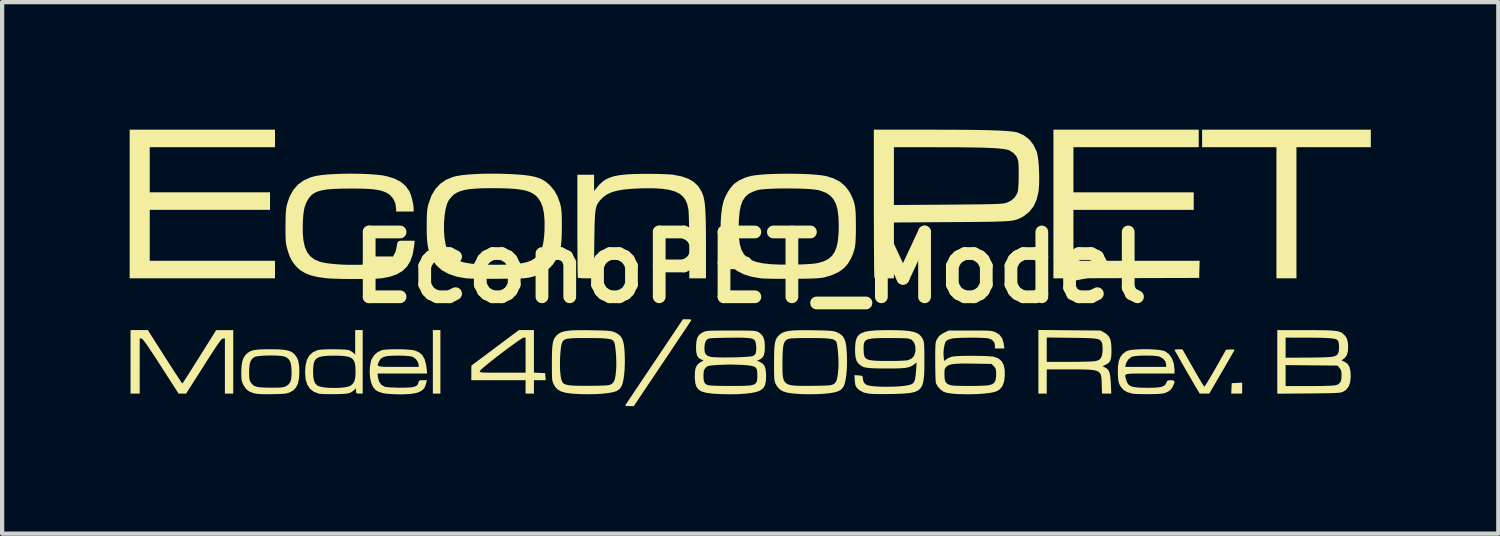
<source format=kicad_pcb>
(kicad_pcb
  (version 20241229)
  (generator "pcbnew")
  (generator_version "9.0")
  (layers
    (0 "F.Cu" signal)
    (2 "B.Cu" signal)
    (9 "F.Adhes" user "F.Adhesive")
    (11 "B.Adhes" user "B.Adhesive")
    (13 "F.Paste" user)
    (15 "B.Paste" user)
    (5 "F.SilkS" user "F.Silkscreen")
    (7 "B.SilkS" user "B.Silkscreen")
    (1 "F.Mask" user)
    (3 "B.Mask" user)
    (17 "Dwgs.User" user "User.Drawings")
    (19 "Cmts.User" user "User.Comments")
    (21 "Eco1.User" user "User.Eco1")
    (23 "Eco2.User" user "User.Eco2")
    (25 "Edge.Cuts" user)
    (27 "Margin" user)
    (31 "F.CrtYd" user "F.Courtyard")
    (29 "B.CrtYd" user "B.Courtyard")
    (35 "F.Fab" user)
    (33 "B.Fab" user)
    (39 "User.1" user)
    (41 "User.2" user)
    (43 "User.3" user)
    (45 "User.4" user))
  (footprint "EconoPET_Model"
    (layer "F.Cu")
    (at 14.596 3.241)
    (property "Reference" "EconoPET_Model" (at 0 0 0) (layer "F.SilkS") (effects (font (size 1.524 1.524) (thickness 0.3))))
    (attr board_only exclude_from_pos_files exclude_from_bom)
    (fp_poly (pts (xy -7.288 2.966) (xy -7.465 2.966) (xy -7.465 1.473) (xy -7.288 1.473)) (stroke (width 0) (type solid)) (fill yes) (layer "F.SilkS"))
    (fp_poly (pts (xy 11.57 2.966) (xy 11.313 2.966) (xy 11.319 2.844) (xy 11.325 2.721) (xy 11.448 2.715) (xy 11.57 2.709)) (stroke (width 0) (type solid)) (fill yes) (layer "F.SilkS"))
    (fp_poly (pts (xy 14.596 -2.829) (xy 12.847 -2.829) (xy 12.847 0.255) (xy 12.376 0.255) (xy 12.376 -2.829) (xy 10.628 -2.829) (xy 10.628 -3.241) (xy 14.596 -3.241)) (stroke (width 0) (type solid)) (fill yes) (layer "F.SilkS"))
    (fp_poly (pts (xy -11.178 -2.829) (xy -14.124 -2.829) (xy -14.124 -1.768) (xy -11.295 -1.768) (xy -11.295 -1.355) (xy -14.124 -1.355) (xy -14.124 -0.157) (xy -11.178 -0.157) (xy -11.178 0.255) (xy -14.596 0.255) (xy -14.596 -3.241) (xy -11.178 -3.241)) (stroke (width 0) (type solid)) (fill yes) (layer "F.SilkS"))
    (fp_poly (pts (xy 10.549 -2.829) (xy 7.602 -2.829) (xy 7.602 -1.768) (xy 10.431 -1.768) (xy 10.431 -1.355) (xy 7.602 -1.355) (xy 7.602 -0.157) (xy 10.57 -0.157) (xy 10.564 0.044) (xy 10.559 0.246) (xy 7.131 0.256) (xy 7.131 -3.241) (xy 10.549 -3.241)) (stroke (width 0) (type solid)) (fill yes) (layer "F.SilkS"))
    (fp_poly (pts (xy -1.417 1.22) (xy -1.389 1.227) (xy -1.387 1.242) (xy -1.389 1.245) (xy -1.402 1.266) (xy -1.436 1.316) (xy -1.487 1.394) (xy -1.555 1.495) (xy -1.637 1.617) (xy -1.731 1.757) (xy -1.835 1.913) (xy -1.947 2.081) (xy -2.066 2.258) (xy -2.072 2.266) (xy -2.739 3.261) (xy -2.844 3.261) (xy -2.906 3.259) (xy -2.934 3.25) (xy -2.934 3.236) (xy -2.921 3.216) (xy -2.888 3.166) (xy -2.837 3.089) (xy -2.769 2.988) (xy -2.688 2.866) (xy -2.594 2.726) (xy -2.49 2.571) (xy -2.377 2.403) (xy -2.259 2.226) (xy -2.251 2.215) (xy -1.583 1.218) (xy -1.478 1.218)) (stroke (width 0) (type solid)) (fill yes) (layer "F.SilkS"))
    (fp_poly (pts (xy -5.088 2.473) (xy -4.955 2.479) (xy -4.823 2.485) (xy -4.817 2.568) (xy -4.811 2.652) (xy -5.088 2.652) (xy -5.088 2.966) (xy -5.284 2.966) (xy -5.284 2.652) (xy -6.561 2.652) (xy -6.56 2.448) (xy -6.362 2.448) (xy -6.356 2.457) (xy -6.34 2.464) (xy -6.31 2.468) (xy -6.261 2.472) (xy -6.189 2.474) (xy -6.089 2.475) (xy -5.958 2.475) (xy -5.826 2.475) (xy -5.284 2.475) (xy -5.284 1.65) (xy -5.328 1.65) (xy -5.356 1.662) (xy -5.409 1.695) (xy -5.484 1.745) (xy -5.574 1.81) (xy -5.676 1.884) (xy -5.786 1.966) (xy -5.897 2.05) (xy -6.007 2.135) (xy -6.109 2.216) (xy -6.2 2.289) (xy -6.275 2.352) (xy -6.329 2.4) (xy -6.358 2.431) (xy -6.361 2.437) (xy -6.362 2.448) (xy -6.56 2.448) (xy -6.559 2.308) (xy -6.001 1.891) (xy -5.442 1.473) (xy -5.088 1.473)) (stroke (width 0) (type solid)) (fill yes) (layer "F.SilkS"))
    (fp_poly (pts (xy 10.166 1.925) (xy 10.414 2.361) (xy 10.482 2.48) (xy 10.544 2.587) (xy 10.597 2.677) (xy 10.64 2.746) (xy 10.668 2.789) (xy 10.679 2.803) (xy 10.693 2.788) (xy 10.723 2.743) (xy 10.767 2.673) (xy 10.822 2.582) (xy 10.885 2.474) (xy 10.944 2.371) (xy 11.191 1.935) (xy 11.295 1.929) (xy 11.351 1.929) (xy 11.385 1.934) (xy 11.391 1.94) (xy 11.379 1.961) (xy 11.351 2.011) (xy 11.308 2.087) (xy 11.252 2.183) (xy 11.187 2.296) (xy 11.114 2.421) (xy 11.09 2.462) (xy 10.797 2.966) (xy 10.571 2.966) (xy 10.504 2.853) (xy 10.46 2.78) (xy 10.407 2.689) (xy 10.347 2.585) (xy 10.283 2.474) (xy 10.218 2.362) (xy 10.155 2.252) (xy 10.098 2.151) (xy 10.049 2.063) (xy 10.01 1.995) (xy 9.986 1.951) (xy 9.979 1.936) (xy 9.997 1.93) (xy 10.042 1.926) (xy 10.073 1.925)) (stroke (width 0) (type solid)) (fill yes) (layer "F.SilkS"))
    (fp_poly (pts (xy -13.769 2.101) (xy -13.679 2.242) (xy -13.595 2.372) (xy -13.521 2.487) (xy -13.457 2.584) (xy -13.408 2.659) (xy -13.374 2.709) (xy -13.359 2.729) (xy -13.358 2.73) (xy -13.346 2.714) (xy -13.315 2.668) (xy -13.268 2.596) (xy -13.208 2.502) (xy -13.136 2.389) (xy -13.055 2.26) (xy -12.967 2.121) (xy -12.955 2.102) (xy -12.562 1.474) (xy -12.361 1.474) (xy -12.16 1.473) (xy -12.16 2.966) (xy -12.356 2.966) (xy -12.356 1.67) (xy -12.4 1.67) (xy -12.415 1.675) (xy -12.435 1.692) (xy -12.463 1.724) (xy -12.5 1.773) (xy -12.548 1.842) (xy -12.61 1.935) (xy -12.686 2.053) (xy -12.781 2.2) (xy -12.856 2.319) (xy -13.268 2.966) (xy -13.357 2.966) (xy -13.446 2.966) (xy -13.86 2.323) (xy -13.972 2.149) (xy -14.066 2.007) (xy -14.142 1.893) (xy -14.202 1.805) (xy -14.248 1.742) (xy -14.282 1.701) (xy -14.306 1.678) (xy -14.317 1.673) (xy -14.36 1.667) (xy -14.36 2.966) (xy -14.576 2.966) (xy -14.576 1.473) (xy -14.169 1.473)) (stroke (width 0) (type solid)) (fill yes) (layer "F.SilkS"))
    (fp_poly (pts (xy 7.509 1.477) (xy 8.241 1.483) (xy 8.328 1.532) (xy 8.395 1.579) (xy 8.443 1.634) (xy 8.474 1.706) (xy 8.49 1.801) (xy 8.496 1.926) (xy 8.496 1.946) (xy 8.494 2.06) (xy 8.484 2.142) (xy 8.464 2.201) (xy 8.431 2.243) (xy 8.381 2.276) (xy 8.358 2.288) (xy 8.285 2.322) (xy 8.347 2.353) (xy 8.394 2.382) (xy 8.428 2.423) (xy 8.452 2.481) (xy 8.468 2.564) (xy 8.478 2.676) (xy 8.481 2.733) (xy 8.492 2.966) (xy 8.274 2.966) (xy 8.267 2.741) (xy 8.264 2.654) (xy 8.258 2.583) (xy 8.246 2.526) (xy 8.224 2.483) (xy 8.188 2.45) (xy 8.134 2.427) (xy 8.059 2.412) (xy 7.959 2.403) (xy 7.83 2.399) (xy 7.669 2.397) (xy 7.499 2.397) (xy 6.974 2.397) (xy 6.974 2.966) (xy 6.777 2.966) (xy 6.777 1.647) (xy 6.974 1.647) (xy 6.974 2.22) (xy 7.519 2.22) (xy 7.667 2.219) (xy 7.805 2.217) (xy 7.926 2.214) (xy 8.026 2.21) (xy 8.097 2.205) (xy 8.135 2.2) (xy 8.203 2.173) (xy 8.248 2.131) (xy 8.274 2.066) (xy 8.286 1.972) (xy 8.287 1.963) (xy 8.287 1.878) (xy 8.281 1.807) (xy 8.271 1.77) (xy 8.257 1.741) (xy 8.24 1.718) (xy 8.214 1.699) (xy 8.177 1.685) (xy 8.123 1.675) (xy 8.049 1.667) (xy 7.951 1.662) (xy 7.824 1.658) (xy 7.664 1.656) (xy 7.558 1.654) (xy 6.974 1.647) (xy 6.777 1.647) (xy 6.777 1.47)) (stroke (width 0) (type solid)) (fill yes) (layer "F.SilkS"))
    (fp_poly (pts (xy -9.115 2.966) (xy -9.194 2.966) (xy -9.244 2.964) (xy -9.266 2.951) (xy -9.272 2.919) (xy -9.272 2.904) (xy -9.272 2.842) (xy -9.316 2.882) (xy -9.356 2.915) (xy -9.395 2.94) (xy -9.441 2.957) (xy -9.501 2.968) (xy -9.582 2.974) (xy -9.69 2.978) (xy -9.773 2.979) (xy -9.885 2.98) (xy -9.987 2.979) (xy -10.071 2.976) (xy -10.129 2.971) (xy -10.146 2.969) (xy -10.265 2.923) (xy -10.355 2.853) (xy -10.419 2.757) (xy -10.457 2.634) (xy -10.47 2.48) (xy -10.47 2.467) (xy -10.468 2.436) (xy -10.282 2.436) (xy -10.278 2.566) (xy -10.26 2.663) (xy -10.229 2.731) (xy -10.181 2.777) (xy -10.169 2.784) (xy -10.104 2.806) (xy -10.013 2.822) (xy -9.904 2.831) (xy -9.786 2.834) (xy -9.668 2.831) (xy -9.56 2.822) (xy -9.47 2.806) (xy -9.407 2.784) (xy -9.395 2.777) (xy -9.344 2.731) (xy -9.311 2.674) (xy -9.292 2.6) (xy -9.284 2.5) (xy -9.283 2.446) (xy -9.288 2.331) (xy -9.302 2.242) (xy -9.331 2.176) (xy -9.379 2.13) (xy -9.451 2.1) (xy -9.549 2.083) (xy -9.68 2.075) (xy -9.783 2.074) (xy -9.936 2.077) (xy -10.055 2.088) (xy -10.143 2.109) (xy -10.206 2.145) (xy -10.247 2.198) (xy -10.27 2.271) (xy -10.28 2.368) (xy -10.282 2.436) (xy -10.468 2.436) (xy -10.46 2.305) (xy -10.428 2.175) (xy -10.372 2.073) (xy -10.292 1.998) (xy -10.187 1.948) (xy -10.17 1.943) (xy -10.121 1.935) (xy -10.044 1.929) (xy -9.946 1.925) (xy -9.837 1.924) (xy -9.726 1.925) (xy -9.622 1.927) (xy -9.532 1.932) (xy -9.466 1.939) (xy -9.439 1.945) (xy -9.38 1.975) (xy -9.336 2.008) (xy -9.292 2.05) (xy -9.292 1.473) (xy -9.115 1.473)) (stroke (width 0) (type solid)) (fill yes) (layer "F.SilkS"))
    (fp_poly (pts (xy -2.294 -2.201) (xy -2.155 -2.199) (xy -2.028 -2.195) (xy -1.92 -2.19) (xy -1.84 -2.184) (xy -1.817 -2.182) (xy -1.621 -2.144) (xy -1.458 -2.088) (xy -1.326 -2.01) (xy -1.223 -1.911) (xy -1.146 -1.788) (xy -1.11 -1.699) (xy -1.094 -1.642) (xy -1.08 -1.576) (xy -1.069 -1.497) (xy -1.06 -1.403) (xy -1.053 -1.288) (xy -1.048 -1.15) (xy -1.044 -0.984) (xy -1.042 -0.787) (xy -1.042 -0.556) (xy -1.041 -0.506) (xy -1.041 0.255) (xy -1.434 0.255) (xy -1.434 -0.486) (xy -1.435 -0.659) (xy -1.437 -0.825) (xy -1.439 -0.979) (xy -1.442 -1.115) (xy -1.446 -1.227) (xy -1.45 -1.311) (xy -1.454 -1.361) (xy -1.48 -1.483) (xy -1.522 -1.585) (xy -1.583 -1.669) (xy -1.665 -1.737) (xy -1.771 -1.788) (xy -1.904 -1.826) (xy -2.065 -1.85) (xy -2.259 -1.862) (xy -2.487 -1.863) (xy -2.593 -1.86) (xy -2.807 -1.849) (xy -2.986 -1.831) (xy -3.136 -1.805) (xy -3.259 -1.769) (xy -3.362 -1.723) (xy -3.447 -1.664) (xy -3.516 -1.597) (xy -3.549 -1.558) (xy -3.577 -1.521) (xy -3.6 -1.481) (xy -3.618 -1.435) (xy -3.632 -1.38) (xy -3.643 -1.31) (xy -3.651 -1.222) (xy -3.657 -1.112) (xy -3.662 -0.976) (xy -3.665 -0.811) (xy -3.668 -0.612) (xy -3.669 -0.525) (xy -3.678 0.255) (xy -3.859 0.255) (xy -3.94 0.254) (xy -4.005 0.25) (xy -4.045 0.245) (xy -4.053 0.242) (xy -4.056 0.221) (xy -4.058 0.163) (xy -4.06 0.074) (xy -4.062 -0.045) (xy -4.063 -0.19) (xy -4.064 -0.357) (xy -4.065 -0.542) (xy -4.066 -0.743) (xy -4.066 -0.956) (xy -4.066 -0.976) (xy -4.066 -2.181) (xy -3.673 -2.181) (xy -3.673 -1.989) (xy -3.672 -1.797) (xy -3.619 -1.866) (xy -3.549 -1.948) (xy -3.476 -2.017) (xy -3.395 -2.072) (xy -3.302 -2.115) (xy -3.192 -2.149) (xy -3.062 -2.173) (xy -2.906 -2.189) (xy -2.722 -2.198) (xy -2.504 -2.202) (xy -2.436 -2.202)) (stroke (width 0) (type solid)) (fill yes) (layer "F.SilkS"))
    (fp_poly (pts (xy -8.15 1.926) (xy -8.039 1.933) (xy -7.947 1.942) (xy -7.886 1.954) (xy -7.787 1.998) (xy -7.711 2.065) (xy -7.658 2.159) (xy -7.624 2.284) (xy -7.613 2.362) (xy -7.599 2.495) (xy -8.766 2.495) (xy -8.756 2.585) (xy -8.729 2.686) (xy -8.676 2.76) (xy -8.602 2.803) (xy -8.555 2.813) (xy -8.475 2.82) (xy -8.371 2.825) (xy -8.25 2.828) (xy -8.245 2.828) (xy -8.102 2.826) (xy -7.994 2.821) (xy -7.915 2.809) (xy -7.862 2.79) (xy -7.828 2.763) (xy -7.809 2.726) (xy -7.806 2.712) (xy -7.796 2.676) (xy -7.776 2.658) (xy -7.736 2.652) (xy -7.7 2.652) (xy -7.606 2.652) (xy -7.625 2.735) (xy -7.653 2.814) (xy -7.7 2.876) (xy -7.771 2.922) (xy -7.867 2.955) (xy -7.993 2.975) (xy -8.153 2.984) (xy -8.25 2.984) (xy -8.36 2.982) (xy -8.466 2.976) (xy -8.558 2.969) (xy -8.622 2.96) (xy -8.626 2.959) (xy -8.73 2.929) (xy -8.805 2.887) (xy -8.862 2.826) (xy -8.875 2.805) (xy -8.915 2.712) (xy -8.941 2.595) (xy -8.951 2.464) (xy -8.945 2.333) (xy -8.939 2.3) (xy -8.761 2.3) (xy -8.747 2.316) (xy -8.714 2.327) (xy -8.659 2.334) (xy -8.577 2.337) (xy -8.464 2.338) (xy -8.317 2.338) (xy -8.28 2.338) (xy -7.799 2.338) (xy -7.799 2.293) (xy -7.817 2.223) (xy -7.863 2.157) (xy -7.928 2.108) (xy -7.949 2.099) (xy -8.013 2.086) (xy -8.112 2.077) (xy -8.244 2.073) (xy -8.29 2.073) (xy -8.427 2.076) (xy -8.53 2.083) (xy -8.606 2.099) (xy -8.66 2.123) (xy -8.699 2.157) (xy -8.728 2.205) (xy -8.728 2.206) (xy -8.748 2.246) (xy -8.76 2.277) (xy -8.761 2.3) (xy -8.939 2.3) (xy -8.924 2.213) (xy -8.906 2.16) (xy -8.851 2.07) (xy -8.769 1.995) (xy -8.673 1.948) (xy -8.663 1.945) (xy -8.599 1.934) (xy -8.506 1.927) (xy -8.394 1.924) (xy -8.272 1.923)) (stroke (width 0) (type solid)) (fill yes) (layer "F.SilkS"))
    (fp_poly (pts (xy -11.111 1.926) (xy -10.988 1.934) (xy -10.893 1.949) (xy -10.819 1.972) (xy -10.761 2.005) (xy -10.714 2.047) (xy -10.709 2.053) (xy -10.662 2.119) (xy -10.63 2.198) (xy -10.612 2.298) (xy -10.605 2.426) (xy -10.605 2.458) (xy -10.613 2.609) (xy -10.637 2.728) (xy -10.681 2.819) (xy -10.745 2.888) (xy -10.822 2.934) (xy -10.861 2.949) (xy -10.903 2.961) (xy -10.955 2.969) (xy -11.025 2.974) (xy -11.12 2.978) (xy -11.246 2.98) (xy -11.402 2.981) (xy -11.522 2.978) (xy -11.612 2.971) (xy -11.674 2.959) (xy -11.675 2.959) (xy -11.777 2.92) (xy -11.851 2.866) (xy -11.909 2.786) (xy -11.923 2.759) (xy -11.946 2.71) (xy -11.96 2.662) (xy -11.968 2.605) (xy -11.971 2.528) (xy -11.971 2.461) (xy -11.787 2.461) (xy -11.785 2.552) (xy -11.78 2.615) (xy -11.77 2.66) (xy -11.752 2.697) (xy -11.742 2.713) (xy -11.709 2.753) (xy -11.669 2.783) (xy -11.615 2.804) (xy -11.541 2.817) (xy -11.442 2.824) (xy -11.311 2.827) (xy -11.276 2.828) (xy -11.157 2.827) (xy -11.069 2.825) (xy -11.007 2.819) (xy -10.961 2.81) (xy -10.925 2.796) (xy -10.922 2.794) (xy -10.863 2.755) (xy -10.822 2.701) (xy -10.798 2.627) (xy -10.788 2.526) (xy -10.789 2.432) (xy -10.796 2.318) (xy -10.813 2.235) (xy -10.842 2.175) (xy -10.887 2.13) (xy -10.934 2.102) (xy -10.983 2.088) (xy -11.061 2.078) (xy -11.16 2.072) (xy -11.27 2.07) (xy -11.383 2.072) (xy -11.488 2.077) (xy -11.578 2.086) (xy -11.642 2.099) (xy -11.661 2.106) (xy -11.715 2.147) (xy -11.753 2.205) (xy -11.775 2.286) (xy -11.785 2.396) (xy -11.787 2.461) (xy -11.971 2.461) (xy -11.971 2.456) (xy -11.966 2.322) (xy -11.95 2.218) (xy -11.922 2.136) (xy -11.879 2.068) (xy -11.859 2.046) (xy -11.816 2.006) (xy -11.767 1.975) (xy -11.708 1.952) (xy -11.632 1.937) (xy -11.534 1.928) (xy -11.407 1.924) (xy -11.268 1.923)) (stroke (width 0) (type solid)) (fill yes) (layer "F.SilkS"))
    (fp_poly (pts (xy 13.059 1.474) (xy 13.256 1.474) (xy 13.419 1.476) (xy 13.551 1.478) (xy 13.655 1.482) (xy 13.737 1.489) (xy 13.799 1.497) (xy 13.847 1.508) (xy 13.884 1.522) (xy 13.914 1.539) (xy 13.925 1.547) (xy 13.993 1.608) (xy 14.035 1.677) (xy 14.056 1.765) (xy 14.062 1.826) (xy 14.06 1.952) (xy 14.038 2.048) (xy 13.994 2.118) (xy 13.964 2.143) (xy 13.905 2.185) (xy 13.982 2.22) (xy 14.047 2.264) (xy 14.091 2.333) (xy 14.116 2.43) (xy 14.124 2.559) (xy 14.124 2.56) (xy 14.112 2.695) (xy 14.076 2.8) (xy 14.014 2.878) (xy 13.957 2.916) (xy 13.935 2.926) (xy 13.911 2.935) (xy 13.881 2.942) (xy 13.84 2.947) (xy 13.784 2.951) (xy 13.711 2.955) (xy 13.614 2.957) (xy 13.491 2.959) (xy 13.336 2.961) (xy 13.147 2.963) (xy 13.137 2.963) (xy 12.396 2.969) (xy 12.396 2.296) (xy 12.592 2.296) (xy 12.592 2.789) (xy 13.147 2.789) (xy 13.307 2.789) (xy 13.451 2.787) (xy 13.575 2.783) (xy 13.675 2.779) (xy 13.744 2.774) (xy 13.775 2.769) (xy 13.84 2.741) (xy 13.882 2.696) (xy 13.903 2.626) (xy 13.908 2.541) (xy 13.905 2.465) (xy 13.894 2.415) (xy 13.87 2.375) (xy 13.861 2.363) (xy 13.813 2.308) (xy 13.203 2.302) (xy 12.592 2.296) (xy 12.396 2.296) (xy 12.396 1.65) (xy 12.592 1.65) (xy 12.592 2.122) (xy 13.078 2.12) (xy 13.219 2.119) (xy 13.353 2.117) (xy 13.473 2.114) (xy 13.572 2.11) (xy 13.643 2.106) (xy 13.671 2.104) (xy 13.754 2.084) (xy 13.808 2.051) (xy 13.837 1.995) (xy 13.849 1.911) (xy 13.849 1.878) (xy 13.845 1.802) (xy 13.833 1.743) (xy 13.823 1.72) (xy 13.803 1.701) (xy 13.771 1.686) (xy 13.722 1.675) (xy 13.653 1.666) (xy 13.56 1.659) (xy 13.44 1.655) (xy 13.288 1.652) (xy 13.1 1.651) (xy 13.098 1.651) (xy 12.592 1.65) (xy 12.396 1.65) (xy 12.396 1.473)) (stroke (width 0) (type solid)) (fill yes) (layer "F.SilkS"))
    (fp_poly (pts (xy 9.356 1.923) (xy 9.48 1.928) (xy 9.592 1.937) (xy 9.684 1.95) (xy 9.748 1.967) (xy 9.757 1.971) (xy 9.85 2.041) (xy 9.919 2.139) (xy 9.963 2.263) (xy 9.979 2.407) (xy 9.979 2.417) (xy 9.979 2.495) (xy 9.4 2.495) (xy 9.23 2.495) (xy 9.096 2.495) (xy 8.993 2.496) (xy 8.918 2.5) (xy 8.867 2.507) (xy 8.836 2.518) (xy 8.822 2.535) (xy 8.82 2.558) (xy 8.826 2.589) (xy 8.838 2.628) (xy 8.842 2.642) (xy 8.863 2.703) (xy 8.892 2.749) (xy 8.934 2.783) (xy 8.993 2.806) (xy 9.076 2.82) (xy 9.188 2.828) (xy 9.333 2.83) (xy 9.348 2.83) (xy 9.489 2.828) (xy 9.596 2.821) (xy 9.674 2.807) (xy 9.728 2.785) (xy 9.763 2.754) (xy 9.785 2.712) (xy 9.786 2.712) (xy 9.803 2.674) (xy 9.828 2.657) (xy 9.876 2.652) (xy 9.893 2.652) (xy 9.948 2.656) (xy 9.975 2.673) (xy 9.977 2.708) (xy 9.954 2.768) (xy 9.939 2.802) (xy 9.896 2.867) (xy 9.836 2.915) (xy 9.806 2.93) (xy 9.768 2.947) (xy 9.729 2.959) (xy 9.682 2.968) (xy 9.619 2.973) (xy 9.533 2.977) (xy 9.417 2.979) (xy 9.39 2.979) (xy 9.274 2.98) (xy 9.166 2.978) (xy 9.073 2.975) (xy 9.007 2.97) (xy 8.983 2.966) (xy 8.869 2.933) (xy 8.786 2.885) (xy 8.723 2.817) (xy 8.707 2.792) (xy 8.682 2.746) (xy 8.666 2.701) (xy 8.656 2.646) (xy 8.65 2.572) (xy 8.646 2.492) (xy 8.648 2.338) (xy 8.82 2.338) (xy 9.783 2.338) (xy 9.783 2.281) (xy 9.764 2.21) (xy 9.714 2.147) (xy 9.639 2.102) (xy 9.63 2.098) (xy 9.573 2.086) (xy 9.489 2.077) (xy 9.389 2.073) (xy 9.28 2.072) (xy 9.174 2.074) (xy 9.08 2.081) (xy 9.007 2.091) (xy 8.969 2.102) (xy 8.895 2.16) (xy 8.844 2.243) (xy 8.832 2.284) (xy 8.82 2.338) (xy 8.648 2.338) (xy 8.648 2.334) (xy 8.666 2.209) (xy 8.703 2.11) (xy 8.76 2.034) (xy 8.839 1.975) (xy 8.857 1.965) (xy 8.913 1.948) (xy 8.999 1.935) (xy 9.107 1.927) (xy 9.229 1.923)) (stroke (width 0) (type solid)) (fill yes) (layer "F.SilkS"))
    (fp_poly (pts (xy 4.199 -3.241) (xy 4.543 -3.24) (xy 4.85 -3.239) (xy 5.121 -3.237) (xy 5.359 -3.234) (xy 5.566 -3.23) (xy 5.744 -3.224) (xy 5.894 -3.218) (xy 6.019 -3.211) (xy 6.121 -3.202) (xy 6.201 -3.192) (xy 6.262 -3.181) (xy 6.293 -3.173) (xy 6.438 -3.107) (xy 6.563 -3.01) (xy 6.662 -2.884) (xy 6.734 -2.732) (xy 6.741 -2.713) (xy 6.76 -2.63) (xy 6.776 -2.518) (xy 6.787 -2.386) (xy 6.794 -2.242) (xy 6.797 -2.096) (xy 6.794 -1.957) (xy 6.786 -1.835) (xy 6.778 -1.771) (xy 6.734 -1.589) (xy 6.663 -1.436) (xy 6.563 -1.31) (xy 6.435 -1.208) (xy 6.371 -1.172) (xy 6.335 -1.154) (xy 6.299 -1.138) (xy 6.261 -1.125) (xy 6.218 -1.114) (xy 6.168 -1.104) (xy 6.106 -1.096) (xy 6.03 -1.089) (xy 5.937 -1.084) (xy 5.824 -1.08) (xy 5.688 -1.076) (xy 5.526 -1.074) (xy 5.336 -1.071) (xy 5.113 -1.069) (xy 4.856 -1.068) (xy 4.72 -1.067) (xy 3.379 -1.058) (xy 3.379 0.255) (xy 3.156 0.255) (xy 3.066 0.254) (xy 2.991 0.251) (xy 2.94 0.247) (xy 2.92 0.242) (xy 2.918 0.221) (xy 2.917 0.164) (xy 2.915 0.072) (xy 2.913 -0.05) (xy 2.912 -0.2) (xy 2.911 -0.375) (xy 2.909 -0.573) (xy 2.909 -0.79) (xy 2.908 -1.023) (xy 2.907 -1.271) (xy 2.907 -1.506) (xy 2.907 -2.829) (xy 3.379 -2.829) (xy 3.379 -1.469) (xy 4.651 -1.478) (xy 4.91 -1.48) (xy 5.133 -1.482) (xy 5.322 -1.484) (xy 5.481 -1.486) (xy 5.613 -1.489) (xy 5.721 -1.492) (xy 5.807 -1.495) (xy 5.875 -1.498) (xy 5.928 -1.503) (xy 5.969 -1.508) (xy 6 -1.514) (xy 6.025 -1.52) (xy 6.026 -1.521) (xy 6.134 -1.572) (xy 6.22 -1.648) (xy 6.279 -1.742) (xy 6.29 -1.773) (xy 6.299 -1.825) (xy 6.306 -1.908) (xy 6.311 -2.011) (xy 6.314 -2.125) (xy 6.315 -2.241) (xy 6.313 -2.35) (xy 6.309 -2.442) (xy 6.302 -2.509) (xy 6.3 -2.519) (xy 6.262 -2.612) (xy 6.192 -2.692) (xy 6.099 -2.752) (xy 6.096 -2.754) (xy 6.053 -2.769) (xy 5.992 -2.781) (xy 5.912 -2.792) (xy 5.81 -2.802) (xy 5.684 -2.809) (xy 5.532 -2.816) (xy 5.351 -2.821) (xy 5.14 -2.824) (xy 4.895 -2.827) (xy 4.614 -2.828) (xy 4.395 -2.828) (xy 3.379 -2.829) (xy 2.907 -2.829) (xy 2.907 -3.241)) (stroke (width 0) (type solid)) (fill yes) (layer "F.SilkS"))
    (fp_poly (pts (xy 1.501 1.477) (xy 1.649 1.48) (xy 1.764 1.483) (xy 1.85 1.487) (xy 1.915 1.493) (xy 1.964 1.5) (xy 2.001 1.509) (xy 2.034 1.521) (xy 2.043 1.526) (xy 2.116 1.565) (xy 2.171 1.612) (xy 2.212 1.673) (xy 2.24 1.753) (xy 2.259 1.858) (xy 2.27 1.994) (xy 2.274 2.062) (xy 2.276 2.236) (xy 2.271 2.4) (xy 2.257 2.547) (xy 2.237 2.671) (xy 2.211 2.765) (xy 2.199 2.793) (xy 2.151 2.859) (xy 2.082 2.905) (xy 2.071 2.91) (xy 1.991 2.935) (xy 1.877 2.955) (xy 1.738 2.97) (xy 1.58 2.979) (xy 1.409 2.982) (xy 1.232 2.979) (xy 1.055 2.968) (xy 1.014 2.965) (xy 0.878 2.946) (xy 0.773 2.915) (xy 0.694 2.868) (xy 0.635 2.802) (xy 0.61 2.76) (xy 0.593 2.726) (xy 0.581 2.695) (xy 0.572 2.659) (xy 0.566 2.614) (xy 0.562 2.552) (xy 0.561 2.468) (xy 0.56 2.377) (xy 0.758 2.377) (xy 0.761 2.496) (xy 0.771 2.59) (xy 0.793 2.661) (xy 0.829 2.713) (xy 0.884 2.748) (xy 0.961 2.77) (xy 1.065 2.781) (xy 1.198 2.785) (xy 1.365 2.785) (xy 1.454 2.784) (xy 1.602 2.782) (xy 1.716 2.779) (xy 1.802 2.776) (xy 1.864 2.771) (xy 1.908 2.764) (xy 1.939 2.754) (xy 1.956 2.747) (xy 1.994 2.718) (xy 2.023 2.675) (xy 2.044 2.612) (xy 2.059 2.522) (xy 2.071 2.401) (xy 2.073 2.377) (xy 2.076 2.282) (xy 2.075 2.173) (xy 2.069 2.06) (xy 2.06 1.952) (xy 2.049 1.857) (xy 2.036 1.785) (xy 2.024 1.749) (xy 2.004 1.723) (xy 1.974 1.702) (xy 1.928 1.686) (xy 1.863 1.675) (xy 1.775 1.667) (xy 1.658 1.662) (xy 1.51 1.66) (xy 1.395 1.66) (xy 1.24 1.66) (xy 1.12 1.662) (xy 1.03 1.665) (xy 0.964 1.669) (xy 0.917 1.676) (xy 0.885 1.685) (xy 0.874 1.69) (xy 0.838 1.714) (xy 0.81 1.748) (xy 0.789 1.796) (xy 0.774 1.864) (xy 0.765 1.957) (xy 0.76 2.08) (xy 0.758 2.23) (xy 0.758 2.377) (xy 0.56 2.377) (xy 0.56 2.355) (xy 0.56 2.25) (xy 0.561 2.084) (xy 0.564 1.951) (xy 0.571 1.848) (xy 0.583 1.768) (xy 0.6 1.706) (xy 0.624 1.657) (xy 0.655 1.616) (xy 0.688 1.584) (xy 0.731 1.55) (xy 0.782 1.524) (xy 0.845 1.504) (xy 0.925 1.49) (xy 1.027 1.48) (xy 1.154 1.476) (xy 1.312 1.475)) (stroke (width 0) (type solid)) (fill yes) (layer "F.SilkS"))
    (fp_poly (pts (xy -3.725 1.477) (xy -3.576 1.48) (xy -3.462 1.483) (xy -3.375 1.487) (xy -3.31 1.493) (xy -3.262 1.5) (xy -3.224 1.509) (xy -3.192 1.521) (xy -3.182 1.526) (xy -3.11 1.565) (xy -3.054 1.612) (xy -3.013 1.673) (xy -2.985 1.753) (xy -2.966 1.858) (xy -2.955 1.994) (xy -2.952 2.062) (xy -2.949 2.236) (xy -2.955 2.4) (xy -2.968 2.547) (xy -2.988 2.671) (xy -3.015 2.765) (xy -3.027 2.793) (xy -3.074 2.859) (xy -3.144 2.905) (xy -3.154 2.91) (xy -3.235 2.935) (xy -3.348 2.955) (xy -3.487 2.97) (xy -3.645 2.979) (xy -3.816 2.982) (xy -3.992 2.979) (xy -4.169 2.969) (xy -4.21 2.965) (xy -4.347 2.946) (xy -4.452 2.915) (xy -4.531 2.869) (xy -4.59 2.804) (xy -4.616 2.761) (xy -4.632 2.727) (xy -4.645 2.695) (xy -4.654 2.659) (xy -4.66 2.613) (xy -4.663 2.551) (xy -4.665 2.466) (xy -4.665 2.352) (xy -4.665 2.303) (xy -4.476 2.303) (xy -4.471 2.445) (xy -4.458 2.563) (xy -4.438 2.653) (xy -4.411 2.709) (xy -4.403 2.719) (xy -4.372 2.74) (xy -4.329 2.756) (xy -4.27 2.769) (xy -4.189 2.777) (xy -4.083 2.782) (xy -3.947 2.784) (xy -3.777 2.783) (xy -3.772 2.783) (xy -3.623 2.782) (xy -3.509 2.779) (xy -3.424 2.776) (xy -3.362 2.771) (xy -3.318 2.764) (xy -3.286 2.754) (xy -3.269 2.747) (xy -3.231 2.717) (xy -3.202 2.673) (xy -3.181 2.609) (xy -3.165 2.518) (xy -3.154 2.393) (xy -3.153 2.387) (xy -3.15 2.296) (xy -3.151 2.189) (xy -3.156 2.078) (xy -3.164 1.969) (xy -3.175 1.872) (xy -3.187 1.797) (xy -3.201 1.751) (xy -3.201 1.749) (xy -3.221 1.723) (xy -3.251 1.702) (xy -3.296 1.686) (xy -3.361 1.675) (xy -3.449 1.667) (xy -3.565 1.662) (xy -3.712 1.66) (xy -3.831 1.66) (xy -3.994 1.66) (xy -4.123 1.662) (xy -4.222 1.667) (xy -4.295 1.676) (xy -4.347 1.689) (xy -4.383 1.708) (xy -4.408 1.734) (xy -4.425 1.768) (xy -4.436 1.798) (xy -4.447 1.847) (xy -4.457 1.925) (xy -4.466 2.022) (xy -4.473 2.128) (xy -4.473 2.141) (xy -4.476 2.303) (xy -4.665 2.303) (xy -4.666 2.25) (xy -4.665 2.083) (xy -4.661 1.951) (xy -4.654 1.848) (xy -4.642 1.768) (xy -4.625 1.706) (xy -4.602 1.657) (xy -4.57 1.616) (xy -4.538 1.584) (xy -4.495 1.55) (xy -4.444 1.524) (xy -4.38 1.504) (xy -4.3 1.49) (xy -4.198 1.48) (xy -4.071 1.476) (xy -3.913 1.475)) (stroke (width 0) (type solid)) (fill yes) (layer "F.SilkS"))
    (fp_poly (pts (xy -9.172 -2.203) (xy -8.984 -2.196) (xy -8.812 -2.184) (xy -8.664 -2.168) (xy -8.561 -2.149) (xy -8.378 -2.094) (xy -8.227 -2.018) (xy -8.109 -1.921) (xy -8.022 -1.801) (xy -8.014 -1.786) (xy -7.983 -1.709) (xy -7.954 -1.61) (xy -7.931 -1.505) (xy -7.918 -1.411) (xy -7.917 -1.38) (xy -7.917 -1.316) (xy -8.329 -1.316) (xy -8.329 -1.38) (xy -8.347 -1.507) (xy -8.397 -1.618) (xy -8.477 -1.708) (xy -8.555 -1.758) (xy -8.622 -1.787) (xy -8.695 -1.81) (xy -8.78 -1.827) (xy -8.88 -1.84) (xy -9.002 -1.849) (xy -9.15 -1.854) (xy -9.331 -1.856) (xy -9.41 -1.856) (xy -9.625 -1.854) (xy -9.805 -1.847) (xy -9.954 -1.835) (xy -10.076 -1.815) (xy -10.174 -1.787) (xy -10.254 -1.75) (xy -10.318 -1.704) (xy -10.37 -1.646) (xy -10.405 -1.593) (xy -10.446 -1.517) (xy -10.476 -1.437) (xy -10.497 -1.345) (xy -10.512 -1.232) (xy -10.522 -1.091) (xy -10.524 -1.041) (xy -10.525 -0.823) (xy -10.51 -0.639) (xy -10.476 -0.486) (xy -10.423 -0.362) (xy -10.349 -0.264) (xy -10.253 -0.19) (xy -10.134 -0.139) (xy -10.068 -0.12) (xy -9.939 -0.097) (xy -9.785 -0.08) (xy -9.615 -0.068) (xy -9.434 -0.062) (xy -9.251 -0.062) (xy -9.074 -0.067) (xy -8.909 -0.078) (xy -8.764 -0.094) (xy -8.647 -0.116) (xy -8.6 -0.129) (xy -8.485 -0.184) (xy -8.4 -0.263) (xy -8.343 -0.368) (xy -8.32 -0.463) (xy -8.308 -0.537) (xy -8.297 -0.585) (xy -8.279 -0.613) (xy -8.245 -0.626) (xy -8.189 -0.629) (xy -8.102 -0.629) (xy -8.091 -0.629) (xy -7.892 -0.629) (xy -7.907 -0.496) (xy -7.939 -0.308) (xy -7.994 -0.15) (xy -8.074 -0.02) (xy -8.18 0.083) (xy -8.315 0.162) (xy -8.481 0.219) (xy -8.662 0.253) (xy -8.736 0.26) (xy -8.842 0.265) (xy -8.973 0.269) (xy -9.121 0.271) (xy -9.279 0.272) (xy -9.439 0.271) (xy -9.595 0.269) (xy -9.739 0.265) (xy -9.863 0.26) (xy -9.961 0.254) (xy -9.969 0.253) (xy -10.169 0.226) (xy -10.335 0.186) (xy -10.474 0.131) (xy -10.588 0.06) (xy -10.664 -0.008) (xy -10.736 -0.093) (xy -10.792 -0.178) (xy -10.838 -0.276) (xy -10.88 -0.399) (xy -10.887 -0.426) (xy -10.903 -0.484) (xy -10.915 -0.54) (xy -10.923 -0.599) (xy -10.928 -0.671) (xy -10.931 -0.763) (xy -10.931 -0.882) (xy -10.931 -0.963) (xy -10.93 -1.114) (xy -10.927 -1.233) (xy -10.921 -1.326) (xy -10.913 -1.401) (xy -10.901 -1.465) (xy -10.897 -1.479) (xy -10.834 -1.668) (xy -10.747 -1.825) (xy -10.635 -1.952) (xy -10.498 -2.051) (xy -10.333 -2.122) (xy -10.217 -2.152) (xy -10.092 -2.172) (xy -9.937 -2.188) (xy -9.76 -2.198) (xy -9.568 -2.205) (xy -9.369 -2.206)) (stroke (width 0) (type solid)) (fill yes) (layer "F.SilkS"))
    (fp_poly (pts (xy 1.01 -2.205) (xy 1.203 -2.201) (xy 1.384 -2.193) (xy 1.547 -2.182) (xy 1.684 -2.167) (xy 1.775 -2.152) (xy 1.958 -2.096) (xy 2.113 -2.015) (xy 2.24 -1.906) (xy 2.339 -1.77) (xy 2.372 -1.708) (xy 2.408 -1.627) (xy 2.436 -1.552) (xy 2.456 -1.475) (xy 2.47 -1.391) (xy 2.479 -1.291) (xy 2.483 -1.168) (xy 2.485 -1.016) (xy 2.485 -0.963) (xy 2.484 -0.8) (xy 2.48 -0.669) (xy 2.473 -0.563) (xy 2.461 -0.474) (xy 2.442 -0.396) (xy 2.417 -0.321) (xy 2.384 -0.243) (xy 2.372 -0.217) (xy 2.297 -0.087) (xy 2.202 0.019) (xy 2.083 0.105) (xy 1.935 0.174) (xy 1.789 0.22) (xy 1.744 0.232) (xy 1.697 0.241) (xy 1.645 0.248) (xy 1.581 0.254) (xy 1.502 0.258) (xy 1.401 0.261) (xy 1.274 0.264) (xy 1.115 0.265) (xy 1.012 0.266) (xy 0.851 0.267) (xy 0.696 0.267) (xy 0.553 0.266) (xy 0.428 0.263) (xy 0.328 0.26) (xy 0.259 0.256) (xy 0.241 0.254) (xy 0.026 0.217) (xy -0.155 0.16) (xy -0.306 0.083) (xy -0.43 -0.017) (xy -0.527 -0.142) (xy -0.603 -0.293) (xy -0.635 -0.389) (xy -0.666 -0.527) (xy -0.686 -0.691) (xy -0.694 -0.838) (xy -0.272 -0.838) (xy -0.263 -0.671) (xy -0.241 -0.529) (xy -0.204 -0.41) (xy -0.149 -0.312) (xy -0.073 -0.234) (xy 0.025 -0.173) (xy 0.149 -0.128) (xy 0.301 -0.097) (xy 0.483 -0.077) (xy 0.699 -0.068) (xy 0.949 -0.067) (xy 1.041 -0.068) (xy 1.217 -0.072) (xy 1.358 -0.079) (xy 1.47 -0.087) (xy 1.558 -0.099) (xy 1.606 -0.108) (xy 1.734 -0.147) (xy 1.839 -0.201) (xy 1.923 -0.274) (xy 1.987 -0.369) (xy 2.033 -0.489) (xy 2.063 -0.637) (xy 2.078 -0.818) (xy 2.082 -0.982) (xy 2.075 -1.185) (xy 2.054 -1.354) (xy 2.016 -1.492) (xy 1.959 -1.603) (xy 1.883 -1.689) (xy 1.784 -1.755) (xy 1.661 -1.803) (xy 1.591 -1.821) (xy 1.514 -1.833) (xy 1.407 -1.843) (xy 1.276 -1.851) (xy 1.128 -1.856) (xy 0.97 -1.858) (xy 0.809 -1.859) (xy 0.651 -1.857) (xy 0.503 -1.852) (xy 0.373 -1.845) (xy 0.266 -1.836) (xy 0.19 -1.825) (xy 0.177 -1.822) (xy 0.055 -1.78) (xy -0.044 -1.727) (xy -0.121 -1.657) (xy -0.18 -1.566) (xy -0.222 -1.451) (xy -0.25 -1.308) (xy -0.266 -1.133) (xy -0.27 -1.031) (xy -0.272 -0.838) (xy -0.694 -0.838) (xy -0.696 -0.873) (xy -0.695 -1.06) (xy -0.684 -1.242) (xy -0.663 -1.408) (xy -0.631 -1.548) (xy -0.629 -1.557) (xy -0.585 -1.667) (xy -0.525 -1.78) (xy -0.455 -1.883) (xy -0.385 -1.961) (xy -0.374 -1.971) (xy -0.254 -2.052) (xy -0.109 -2.117) (xy 0.017 -2.153) (xy 0.127 -2.17) (xy 0.269 -2.185) (xy 0.435 -2.195) (xy 0.619 -2.202) (xy 0.813 -2.205)) (stroke (width 0) (type solid)) (fill yes) (layer "F.SilkS"))
    (fp_poly (pts (xy -5.865 -2.205) (xy -5.691 -2.199) (xy -5.482 -2.188) (xy -5.308 -2.173) (xy -5.163 -2.153) (xy -5.043 -2.126) (xy -4.942 -2.092) (xy -4.856 -2.048) (xy -4.78 -1.994) (xy -4.709 -1.928) (xy -4.7 -1.919) (xy -4.604 -1.801) (xy -4.532 -1.672) (xy -4.477 -1.519) (xy -4.467 -1.483) (xy -4.454 -1.425) (xy -4.444 -1.361) (xy -4.437 -1.286) (xy -4.433 -1.191) (xy -4.431 -1.07) (xy -4.431 -0.963) (xy -4.433 -0.787) (xy -4.439 -0.644) (xy -4.451 -0.526) (xy -4.469 -0.426) (xy -4.496 -0.337) (xy -4.531 -0.252) (xy -4.559 -0.196) (xy -4.645 -0.064) (xy -4.748 0.042) (xy -4.875 0.126) (xy -5.031 0.192) (xy -5.124 0.22) (xy -5.17 0.232) (xy -5.216 0.241) (xy -5.268 0.248) (xy -5.331 0.254) (xy -5.41 0.258) (xy -5.51 0.261) (xy -5.636 0.263) (xy -5.793 0.265) (xy -5.903 0.266) (xy -6.065 0.267) (xy -6.221 0.267) (xy -6.366 0.266) (xy -6.493 0.263) (xy -6.596 0.26) (xy -6.668 0.256) (xy -6.686 0.255) (xy -6.903 0.216) (xy -7.09 0.154) (xy -7.248 0.068) (xy -7.375 -0.042) (xy -7.471 -0.174) (xy -7.495 -0.222) (xy -7.534 -0.316) (xy -7.564 -0.409) (xy -7.585 -0.508) (xy -7.599 -0.621) (xy -7.607 -0.755) (xy -7.609 -0.882) (xy -7.204 -0.882) (xy -7.193 -0.715) (xy -7.17 -0.565) (xy -7.16 -0.521) (xy -7.118 -0.399) (xy -7.059 -0.3) (xy -6.98 -0.223) (xy -6.877 -0.164) (xy -6.745 -0.121) (xy -6.581 -0.092) (xy -6.477 -0.08) (xy -6.332 -0.071) (xy -6.164 -0.065) (xy -5.987 -0.063) (xy -5.813 -0.065) (xy -5.654 -0.07) (xy -5.53 -0.079) (xy -5.373 -0.099) (xy -5.248 -0.127) (xy -5.149 -0.165) (xy -5.068 -0.215) (xy -5.049 -0.23) (xy -4.982 -0.298) (xy -4.931 -0.375) (xy -4.893 -0.47) (xy -4.866 -0.586) (xy -4.848 -0.731) (xy -4.839 -0.864) (xy -4.837 -1.08) (xy -4.85 -1.263) (xy -4.881 -1.415) (xy -4.929 -1.54) (xy -4.996 -1.641) (xy -5.045 -1.691) (xy -5.109 -1.738) (xy -5.188 -1.777) (xy -5.283 -1.808) (xy -5.399 -1.831) (xy -5.541 -1.848) (xy -5.711 -1.859) (xy -5.914 -1.864) (xy -6.07 -1.865) (xy -6.282 -1.863) (xy -6.458 -1.855) (xy -6.605 -1.842) (xy -6.726 -1.821) (xy -6.825 -1.793) (xy -6.907 -1.757) (xy -6.976 -1.711) (xy -7.006 -1.685) (xy -7.09 -1.583) (xy -7.13 -1.501) (xy -7.165 -1.376) (xy -7.189 -1.223) (xy -7.202 -1.055) (xy -7.204 -0.882) (xy -7.609 -0.882) (xy -7.609 -0.919) (xy -7.61 -0.972) (xy -7.609 -1.111) (xy -7.606 -1.218) (xy -7.602 -1.302) (xy -7.595 -1.37) (xy -7.584 -1.43) (xy -7.569 -1.492) (xy -7.566 -1.501) (xy -7.499 -1.688) (xy -7.408 -1.843) (xy -7.291 -1.969) (xy -7.15 -2.065) (xy -6.982 -2.132) (xy -6.905 -2.151) (xy -6.789 -2.17) (xy -6.64 -2.186) (xy -6.467 -2.197) (xy -6.275 -2.205) (xy -6.072 -2.207)) (stroke (width 0) (type solid)) (fill yes) (layer "F.SilkS"))
    (fp_poly (pts (xy 5.332 1.483) (xy 5.453 1.484) (xy 5.546 1.485) (xy 5.615 1.488) (xy 5.666 1.493) (xy 5.704 1.5) (xy 5.735 1.509) (xy 5.764 1.521) (xy 5.78 1.529) (xy 5.867 1.588) (xy 5.926 1.668) (xy 5.959 1.775) (xy 5.963 1.803) (xy 5.977 1.905) (xy 5.756 1.905) (xy 5.756 1.839) (xy 5.739 1.761) (xy 5.689 1.704) (xy 5.609 1.669) (xy 5.608 1.669) (xy 5.554 1.662) (xy 5.469 1.656) (xy 5.363 1.653) (xy 5.243 1.651) (xy 5.118 1.652) (xy 4.997 1.654) (xy 4.889 1.658) (xy 4.802 1.664) (xy 4.752 1.67) (xy 4.684 1.689) (xy 4.629 1.714) (xy 4.608 1.729) (xy 4.583 1.773) (xy 4.564 1.844) (xy 4.55 1.933) (xy 4.545 2.026) (xy 4.55 2.113) (xy 4.551 2.116) (xy 4.562 2.2) (xy 4.611 2.161) (xy 4.663 2.13) (xy 4.728 2.103) (xy 4.742 2.099) (xy 4.793 2.091) (xy 4.875 2.085) (xy 4.981 2.08) (xy 5.104 2.078) (xy 5.234 2.078) (xy 5.365 2.079) (xy 5.489 2.082) (xy 5.598 2.087) (xy 5.684 2.094) (xy 5.738 2.102) (xy 5.839 2.141) (xy 5.913 2.205) (xy 5.962 2.295) (xy 5.986 2.414) (xy 5.987 2.555) (xy 5.969 2.688) (xy 5.931 2.79) (xy 5.87 2.865) (xy 5.803 2.908) (xy 5.733 2.931) (xy 5.631 2.951) (xy 5.503 2.966) (xy 5.357 2.977) (xy 5.199 2.982) (xy 5.037 2.982) (xy 4.877 2.977) (xy 4.744 2.967) (xy 4.664 2.956) (xy 4.591 2.939) (xy 4.545 2.921) (xy 4.475 2.871) (xy 4.413 2.803) (xy 4.372 2.731) (xy 4.366 2.714) (xy 4.362 2.68) (xy 4.358 2.613) (xy 4.355 2.522) (xy 4.567 2.522) (xy 4.573 2.622) (xy 4.593 2.69) (xy 4.631 2.735) (xy 4.693 2.763) (xy 4.717 2.77) (xy 4.767 2.777) (xy 4.849 2.782) (xy 4.953 2.785) (xy 5.072 2.787) (xy 5.197 2.787) (xy 5.32 2.785) (xy 5.434 2.782) (xy 5.529 2.778) (xy 5.597 2.771) (xy 5.618 2.768) (xy 5.693 2.745) (xy 5.742 2.708) (xy 5.77 2.651) (xy 5.782 2.566) (xy 5.783 2.511) (xy 5.782 2.437) (xy 5.774 2.388) (xy 5.757 2.354) (xy 5.73 2.323) (xy 5.676 2.269) (xy 5.28 2.262) (xy 5.108 2.26) (xy 4.97 2.26) (xy 4.862 2.264) (xy 4.779 2.271) (xy 4.716 2.282) (xy 4.67 2.297) (xy 4.634 2.317) (xy 4.621 2.328) (xy 4.593 2.354) (xy 4.577 2.384) (xy 4.57 2.426) (xy 4.567 2.493) (xy 4.567 2.522) (xy 4.355 2.522) (xy 4.355 2.519) (xy 4.353 2.405) (xy 4.351 2.277) (xy 4.351 2.21) (xy 4.351 2.065) (xy 4.352 1.954) (xy 4.354 1.871) (xy 4.357 1.81) (xy 4.363 1.766) (xy 4.371 1.733) (xy 4.382 1.706) (xy 4.397 1.678) (xy 4.399 1.674) (xy 4.446 1.611) (xy 4.51 1.562) (xy 4.556 1.537) (xy 4.666 1.483) (xy 5.176 1.483)) (stroke (width 0) (type solid)) (fill yes) (layer "F.SilkS"))
    (fp_poly (pts (xy 3.455 1.476) (xy 3.614 1.482) (xy 3.741 1.495) (xy 3.842 1.515) (xy 3.92 1.543) (xy 3.98 1.58) (xy 4.025 1.628) (xy 4.058 1.683) (xy 4.071 1.711) (xy 4.08 1.743) (xy 4.087 1.786) (xy 4.091 1.843) (xy 4.094 1.922) (xy 4.095 2.028) (xy 4.096 2.166) (xy 4.096 2.2) (xy 4.095 2.39) (xy 4.089 2.546) (xy 4.074 2.67) (xy 4.048 2.767) (xy 4.006 2.841) (xy 3.946 2.894) (xy 3.862 2.93) (xy 3.752 2.953) (xy 3.613 2.966) (xy 3.44 2.973) (xy 3.31 2.976) (xy 3.179 2.977) (xy 3.054 2.978) (xy 2.943 2.976) (xy 2.854 2.973) (xy 2.796 2.969) (xy 2.789 2.968) (xy 2.668 2.94) (xy 2.573 2.891) (xy 2.515 2.84) (xy 2.486 2.8) (xy 2.469 2.75) (xy 2.46 2.676) (xy 2.459 2.66) (xy 2.451 2.532) (xy 2.546 2.538) (xy 2.604 2.543) (xy 2.633 2.555) (xy 2.645 2.579) (xy 2.648 2.603) (xy 2.658 2.666) (xy 2.679 2.714) (xy 2.715 2.749) (xy 2.772 2.774) (xy 2.855 2.789) (xy 2.968 2.799) (xy 3.074 2.804) (xy 3.227 2.806) (xy 3.374 2.803) (xy 3.511 2.796) (xy 3.63 2.783) (xy 3.724 2.768) (xy 3.789 2.748) (xy 3.804 2.741) (xy 3.836 2.715) (xy 3.859 2.681) (xy 3.875 2.633) (xy 3.887 2.562) (xy 3.897 2.461) (xy 3.9 2.428) (xy 3.914 2.234) (xy 3.848 2.284) (xy 3.805 2.313) (xy 3.758 2.335) (xy 3.702 2.352) (xy 3.631 2.364) (xy 3.54 2.371) (xy 3.423 2.375) (xy 3.274 2.376) (xy 3.212 2.376) (xy 3.048 2.375) (xy 2.919 2.372) (xy 2.818 2.367) (xy 2.741 2.358) (xy 2.682 2.346) (xy 2.637 2.328) (xy 2.6 2.306) (xy 2.595 2.303) (xy 2.538 2.252) (xy 2.5 2.192) (xy 2.477 2.116) (xy 2.467 2.015) (xy 2.465 1.935) (xy 2.466 1.911) (xy 2.666 1.911) (xy 2.667 1.939) (xy 2.67 2.014) (xy 2.68 2.073) (xy 2.7 2.118) (xy 2.736 2.151) (xy 2.79 2.173) (xy 2.868 2.187) (xy 2.973 2.195) (xy 3.11 2.199) (xy 3.241 2.199) (xy 3.368 2.199) (xy 3.485 2.196) (xy 3.586 2.192) (xy 3.664 2.187) (xy 3.71 2.181) (xy 3.714 2.18) (xy 3.8 2.14) (xy 3.856 2.073) (xy 3.884 1.979) (xy 3.885 1.967) (xy 3.883 1.855) (xy 3.855 1.767) (xy 3.802 1.705) (xy 3.785 1.694) (xy 3.76 1.683) (xy 3.728 1.674) (xy 3.684 1.668) (xy 3.621 1.664) (xy 3.536 1.662) (xy 3.422 1.66) (xy 3.275 1.66) (xy 3.271 1.66) (xy 3.1 1.661) (xy 2.965 1.664) (xy 2.86 1.671) (xy 2.783 1.685) (xy 2.73 1.707) (xy 2.695 1.738) (xy 2.676 1.782) (xy 2.667 1.839) (xy 2.666 1.911) (xy 2.466 1.911) (xy 2.469 1.82) (xy 2.482 1.725) (xy 2.508 1.65) (xy 2.549 1.59) (xy 2.611 1.546) (xy 2.696 1.514) (xy 2.807 1.493) (xy 2.948 1.48) (xy 3.123 1.475) (xy 3.262 1.474)) (stroke (width 0) (type solid)) (fill yes) (layer "F.SilkS"))
    (fp_poly (pts (xy -0.285 1.483) (xy -0.153 1.484) (xy -0.05 1.485) (xy 0.027 1.488) (xy 0.084 1.491) (xy 0.125 1.497) (xy 0.154 1.504) (xy 0.178 1.513) (xy 0.196 1.523) (xy 0.263 1.574) (xy 0.308 1.638) (xy 0.334 1.724) (xy 0.343 1.837) (xy 0.344 1.867) (xy 0.338 1.98) (xy 0.321 2.062) (xy 0.287 2.119) (xy 0.236 2.159) (xy 0.215 2.169) (xy 0.157 2.193) (xy 0.234 2.226) (xy 0.295 2.264) (xy 0.336 2.316) (xy 0.361 2.391) (xy 0.372 2.495) (xy 0.373 2.557) (xy 0.368 2.675) (xy 0.349 2.763) (xy 0.314 2.828) (xy 0.259 2.877) (xy 0.214 2.903) (xy 0.136 2.93) (xy 0.024 2.952) (xy -0.115 2.968) (xy -0.275 2.979) (xy -0.451 2.983) (xy -0.637 2.98) (xy -0.828 2.971) (xy -0.895 2.966) (xy -1.035 2.948) (xy -1.141 2.918) (xy -1.216 2.872) (xy -1.266 2.805) (xy -1.294 2.714) (xy -1.305 2.595) (xy -1.305 2.573) (xy -1.304 2.551) (xy -1.1 2.551) (xy -1.096 2.643) (xy -1.079 2.704) (xy -1.047 2.743) (xy -0.996 2.767) (xy -0.992 2.769) (xy -0.952 2.774) (xy -0.88 2.779) (xy -0.783 2.783) (xy -0.668 2.785) (xy -0.543 2.787) (xy -0.414 2.787) (xy -0.289 2.786) (xy -0.174 2.784) (xy -0.078 2.78) (xy -0.007 2.776) (xy 0.027 2.771) (xy 0.093 2.751) (xy 0.134 2.721) (xy 0.157 2.674) (xy 0.166 2.601) (xy 0.167 2.544) (xy 0.165 2.464) (xy 0.157 2.404) (xy 0.136 2.362) (xy 0.097 2.334) (xy 0.036 2.315) (xy -0.053 2.302) (xy -0.175 2.292) (xy -0.198 2.291) (xy -0.471 2.282) (xy -0.738 2.291) (xy -0.741 2.291) (xy -0.848 2.299) (xy -0.923 2.306) (xy -0.974 2.314) (xy -1.007 2.325) (xy -1.031 2.34) (xy -1.051 2.362) (xy -1.053 2.364) (xy -1.08 2.401) (xy -1.094 2.444) (xy -1.099 2.506) (xy -1.1 2.551) (xy -1.304 2.551) (xy -1.301 2.455) (xy -1.286 2.367) (xy -1.255 2.303) (xy -1.208 2.254) (xy -1.175 2.232) (xy -1.098 2.186) (xy -1.156 2.162) (xy -1.213 2.126) (xy -1.25 2.07) (xy -1.27 1.988) (xy -1.275 1.877) (xy -1.275 1.871) (xy -1.077 1.871) (xy -1.075 1.968) (xy -1.053 2.034) (xy -1.006 2.077) (xy -0.931 2.102) (xy -0.922 2.104) (xy -0.863 2.11) (xy -0.777 2.114) (xy -0.671 2.116) (xy -0.551 2.116) (xy -0.426 2.115) (xy -0.3 2.112) (xy -0.183 2.107) (xy -0.08 2.101) (xy 0.000135 2.094) (xy 0.052 2.087) (xy 0.063 2.083) (xy 0.107 2.051) (xy 0.13 2.017) (xy 0.14 1.954) (xy 0.141 1.876) (xy 0.134 1.799) (xy 0.119 1.737) (xy 0.11 1.719) (xy 0.091 1.698) (xy 0.062 1.681) (xy 0.02 1.668) (xy -0.041 1.66) (xy -0.124 1.654) (xy -0.234 1.651) (xy -0.374 1.651) (xy -0.549 1.653) (xy -0.554 1.653) (xy -0.695 1.656) (xy -0.801 1.658) (xy -0.879 1.661) (xy -0.934 1.666) (xy -0.971 1.672) (xy -0.995 1.681) (xy -1.013 1.693) (xy -1.025 1.704) (xy -1.052 1.742) (xy -1.069 1.796) (xy -1.077 1.871) (xy -1.275 1.871) (xy -1.274 1.842) (xy -1.265 1.732) (xy -1.244 1.652) (xy -1.208 1.593) (xy -1.152 1.547) (xy -1.109 1.522) (xy -1.084 1.511) (xy -1.057 1.502) (xy -1.023 1.495) (xy -0.976 1.49) (xy -0.913 1.487) (xy -0.828 1.485) (xy -0.717 1.484) (xy -0.574 1.483) (xy -0.452 1.483)) (stroke (width 0) (type solid)) (fill yes) (layer "F.SilkS")))
  (gr_rect
    (start -3 -3)
    (end 32.191 9.502)
    (stroke (width 0.1) (type default))
    (fill no)
    (layer "Edge.Cuts")))
</source>
